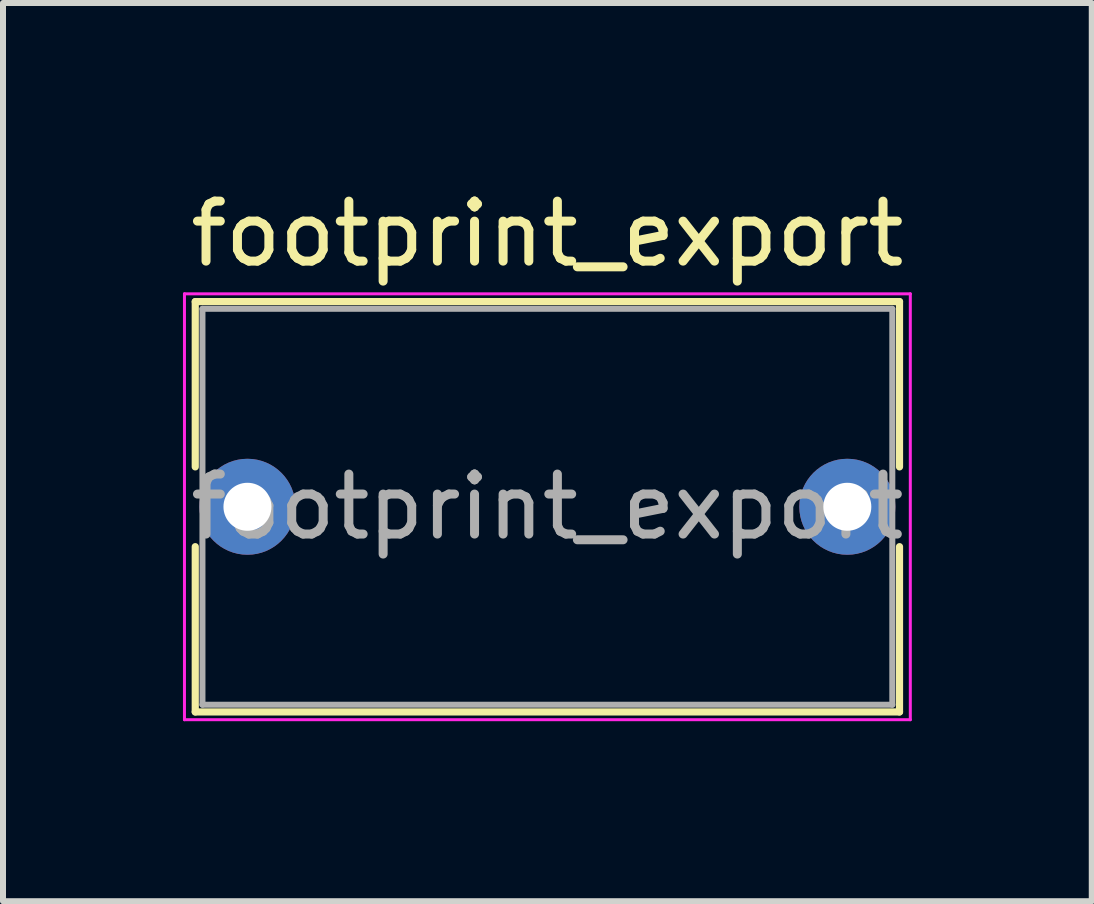
<source format=kicad_pcb>
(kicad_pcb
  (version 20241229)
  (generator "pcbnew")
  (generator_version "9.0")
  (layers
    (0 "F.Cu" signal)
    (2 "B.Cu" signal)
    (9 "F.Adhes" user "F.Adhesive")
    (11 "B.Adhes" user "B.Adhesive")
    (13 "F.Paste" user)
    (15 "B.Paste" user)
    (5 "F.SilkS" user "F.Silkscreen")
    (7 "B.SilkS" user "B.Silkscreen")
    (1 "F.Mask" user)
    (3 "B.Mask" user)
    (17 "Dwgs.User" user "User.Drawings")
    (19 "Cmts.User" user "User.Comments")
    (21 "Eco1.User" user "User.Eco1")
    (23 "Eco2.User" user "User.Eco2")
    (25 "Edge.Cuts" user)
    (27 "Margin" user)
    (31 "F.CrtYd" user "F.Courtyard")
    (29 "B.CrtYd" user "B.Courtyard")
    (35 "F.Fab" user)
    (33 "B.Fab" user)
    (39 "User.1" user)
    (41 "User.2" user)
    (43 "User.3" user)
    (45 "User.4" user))
  (footprint "footprint_export"
    (layer "F.Cu")
    (at 1.075 5.398)
    (property "Reference" "footprint_export" (at 5 -4.55 0) (layer "F.SilkS") (effects (font (size 1 1) (thickness 0.15))))
    (attr through_hole)
    (fp_line (start -0.87 -3.42) (end -0.87 -0.665) (stroke (width 0.12) (type solid)) (layer "F.SilkS"))
    (fp_line (start -0.87 -3.42) (end 10.87 -3.42) (stroke (width 0.12) (type solid)) (layer "F.SilkS"))
    (fp_line (start -0.87 0.665) (end -0.87 3.42) (stroke (width 0.12) (type solid)) (layer "F.SilkS"))
    (fp_line (start -0.87 3.42) (end 10.87 3.42) (stroke (width 0.12) (type solid)) (layer "F.SilkS"))
    (fp_line (start 10.87 -3.42) (end 10.87 -0.665) (stroke (width 0.12) (type solid)) (layer "F.SilkS"))
    (fp_line (start 10.87 0.665) (end 10.87 3.42) (stroke (width 0.12) (type solid)) (layer "F.SilkS"))
    (fp_line (start -1.05 -3.55) (end -1.05 3.55) (stroke (width 0.05) (type solid)) (layer "F.CrtYd"))
    (fp_line (start -1.05 3.55) (end 11.05 3.55) (stroke (width 0.05) (type solid)) (layer "F.CrtYd"))
    (fp_line (start 11.05 -3.55) (end -1.05 -3.55) (stroke (width 0.05) (type solid)) (layer "F.CrtYd"))
    (fp_line (start 11.05 3.55) (end 11.05 -3.55) (stroke (width 0.05) (type solid)) (layer "F.CrtYd"))
    (fp_line (start -0.75 -3.3) (end -0.75 3.3) (stroke (width 0.1) (type solid)) (layer "F.Fab"))
    (fp_line (start -0.75 3.3) (end 10.75 3.3) (stroke (width 0.1) (type solid)) (layer "F.Fab"))
    (fp_line (start 10.75 -3.3) (end -0.75 -3.3) (stroke (width 0.1) (type solid)) (layer "F.Fab"))
    (fp_line (start 10.75 3.3) (end 10.75 -3.3) (stroke (width 0.1) (type solid)) (layer "F.Fab"))
    (fp_text user "${REFERENCE}" (at 5 0 0) (layer "F.Fab") (effects (font (size 1 1) (thickness 0.15))))
    (pad "1" thru_hole circle (at 0 0) (size 1.6 1.6) (drill 0.8) (layers "*.Cu" "*.Mask"))
    (pad "2" thru_hole circle (at 10 0) (size 1.6 1.6) (drill 0.8) (layers "*.Cu" "*.Mask")))
  (gr_rect
    (start -3 -3)
    (end 15.15 11.973)
    (stroke (width 0.1) (type default))
    (fill no)
    (layer "Edge.Cuts")))
</source>
